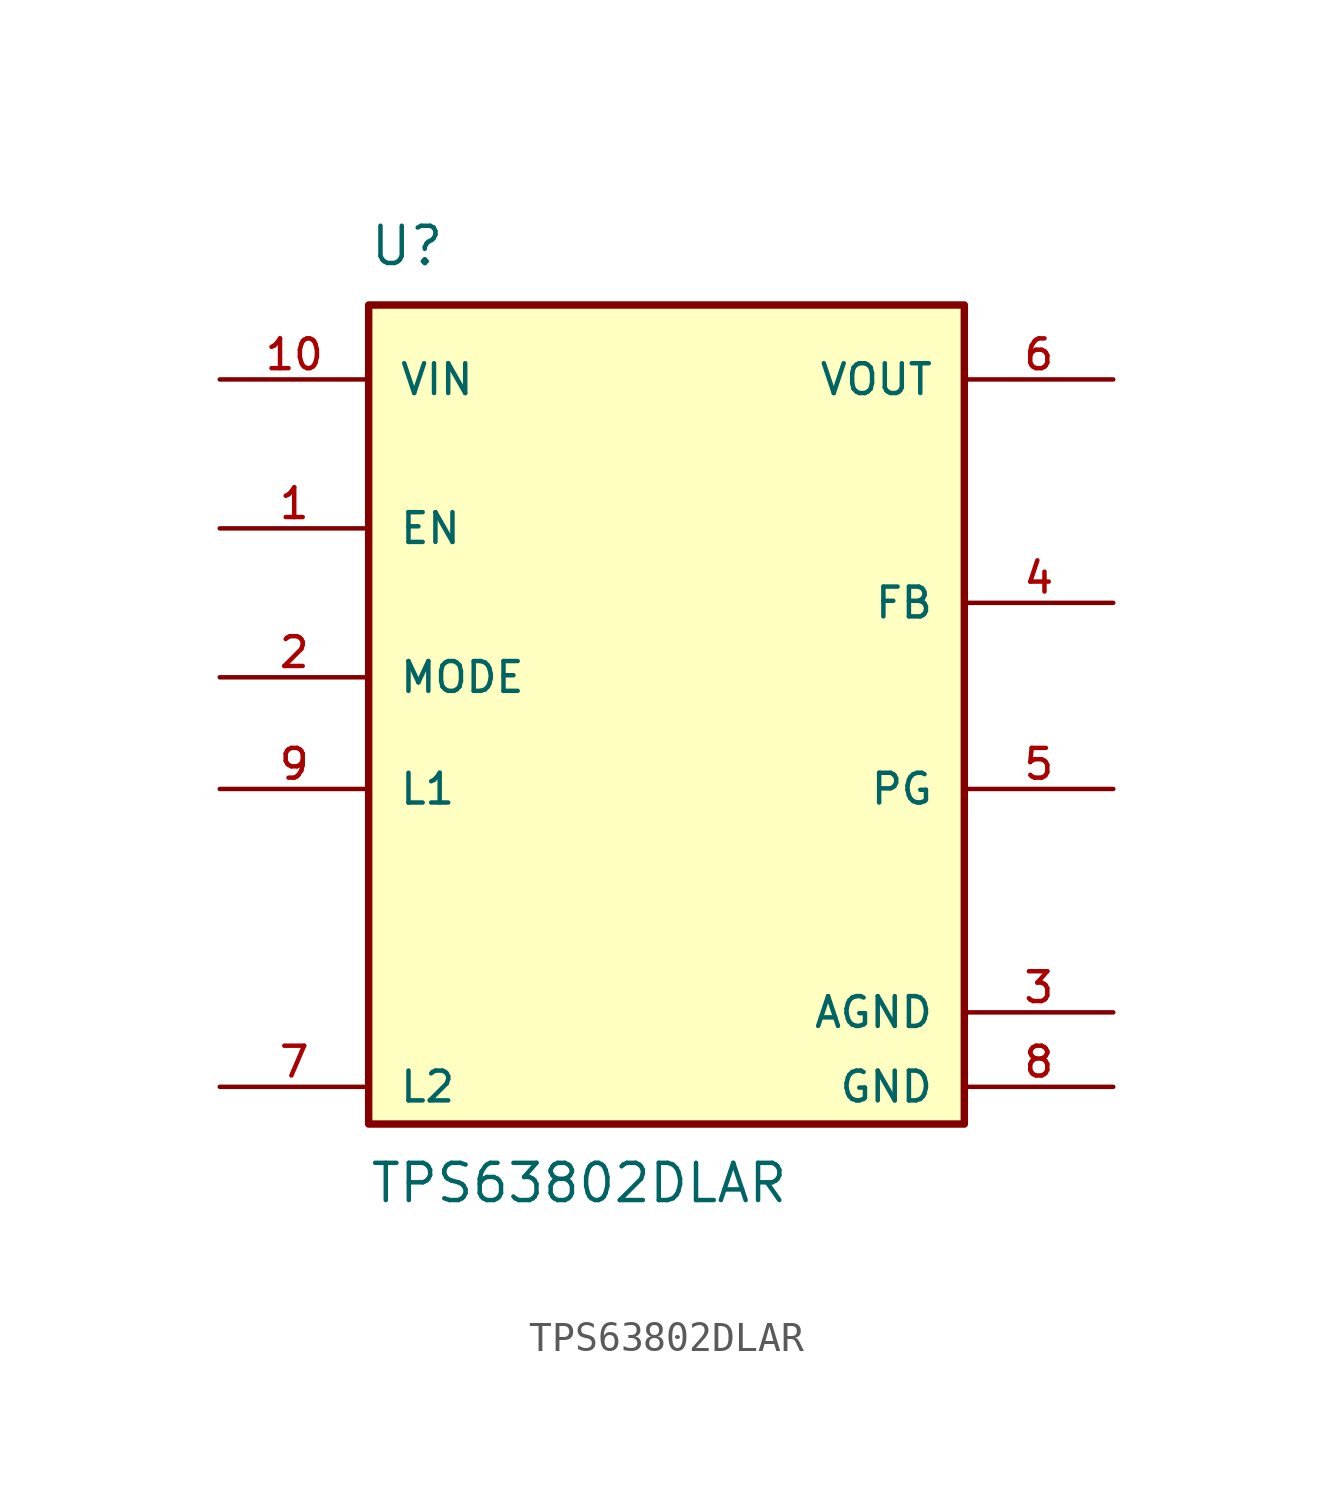
<source format=kicad_sym>
(kicad_symbol_lib
  (version 20231120)
  (generator "kicad_symbol_editor")
  (generator_version "8.0")
  (symbol "TPS63802DLAR"
    (pin_names
      (offset 1.016))
    (property "Reference" "U"
      (at -10.16 13.97 0)
      (effects (font (size 1.27 1.27)) (justify left bottom)))
    (property "Value" "TPS63802DLAR"
      (at -10.16 -16.51 0)
      (effects (font (size 1.27 1.27)) (justify left top)))
    (symbol "TPS63802DLAR_0_0"
      (rectangle (start -10.16 -15.24) (end 10.16 12.7) (stroke (width 0.254) (type default)) (fill (type background)))
      (pin input line (at -15.24 5.08 0) (length 5.08) (name "EN" (effects (font (size 1.016 1.016)))) (number "1" (effects (font (size 1.016 1.016)))))
      (pin input line (at -15.24 10.16 0) (length 5.08) (name "VIN" (effects (font (size 1.016 1.016)))) (number "10" (effects (font (size 1.016 1.016)))))
      (pin input line (at -15.24 0 0) (length 5.08) (name "MODE" (effects (font (size 1.016 1.016)))) (number "2" (effects (font (size 1.016 1.016)))))
      (pin power_in line (at 15.24 -11.43 180) (length 5.08) (name "AGND" (effects (font (size 1.016 1.016)))) (number "3" (effects (font (size 1.016 1.016)))))
      (pin input line (at 15.24 2.54 180) (length 5.08) (name "FB" (effects (font (size 1.016 1.016)))) (number "4" (effects (font (size 1.016 1.016)))))
      (pin output line (at 15.24 -3.81 180) (length 5.08) (name "PG" (effects (font (size 1.016 1.016)))) (number "5" (effects (font (size 1.016 1.016)))))
      (pin output line (at 15.24 10.16 180) (length 5.08) (name "VOUT" (effects (font (size 1.016 1.016)))) (number "6" (effects (font (size 1.016 1.016)))))
      (pin passive line (at -15.24 -13.97 0) (length 5.08) (name "L2" (effects (font (size 1.016 1.016)))) (number "7" (effects (font (size 1.016 1.016)))))
      (pin power_in line (at 15.24 -13.97 180) (length 5.08) (name "GND" (effects (font (size 1.016 1.016)))) (number "8" (effects (font (size 1.016 1.016)))))
      (pin passive line (at -15.24 -3.81 0) (length 5.08) (name "L1" (effects (font (size 1.016 1.016)))) (number "9" (effects (font (size 1.016 1.016))))))))
</source>
